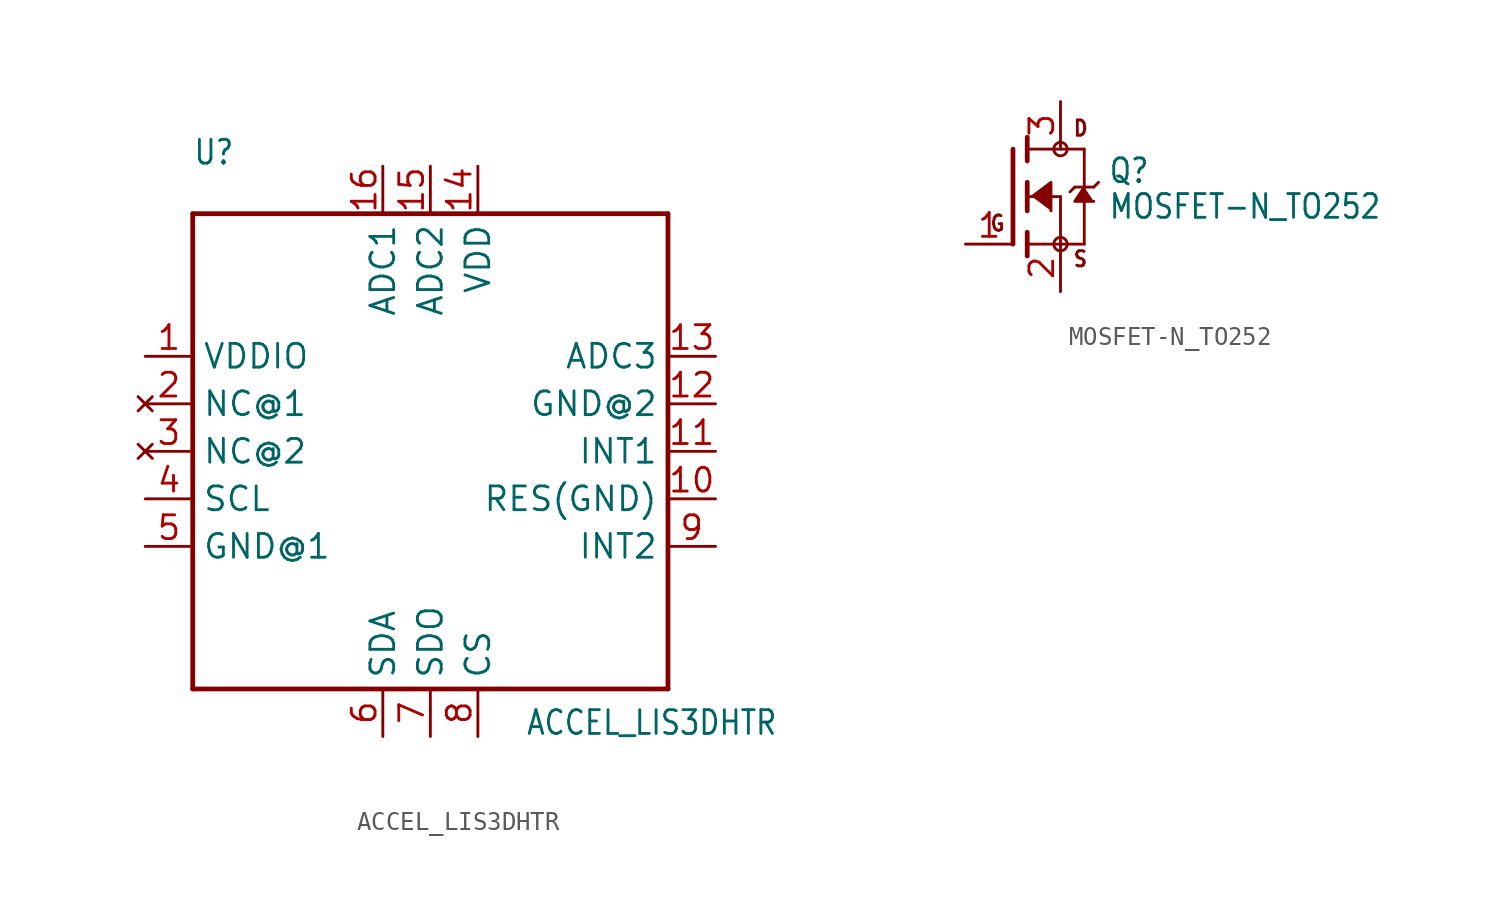
<source format=kicad_sym>
(kicad_symbol_lib
  (version 20211014)
  (generator kicad_symbol_editor)
  (symbol "ACCEL_LIS3DHTR"
    (property "Reference" "U"
      (at -12.7 15.24 0)
      (effects (font (size 1.27 1.079)) (justify left bottom)))
    (property "Value" "ACCEL_LIS3DHTR"
      (at 5.08 -15.24 0)
      (effects (font (size 1.27 1.079)) (justify left bottom)))
    (property "ki_locked" ""
      (at 0 0 0)
      (effects (font (size 1.27 1.27))))
    (symbol "ACCEL_LIS3DHTR_1_0"
      (polyline (pts (xy -12.7 -12.7) (xy -12.7 12.7)) (stroke (width 0.254) (type default) (color 0 0 0 0)) (fill (type none)))
      (polyline (pts (xy -12.7 12.7) (xy 12.7 12.7)) (stroke (width 0.254) (type default) (color 0 0 0 0)) (fill (type none)))
      (polyline (pts (xy 12.7 -12.7) (xy -12.7 -12.7)) (stroke (width 0.254) (type default) (color 0 0 0 0)) (fill (type none)))
      (polyline (pts (xy 12.7 12.7) (xy 12.7 -12.7)) (stroke (width 0.254) (type default) (color 0 0 0 0)) (fill (type none)))
      (pin power_in line (at -15.24 5.08 0) (length 2.54) (name "VDDIO" (effects (font (size 1.27 1.27)))) (number "1" (effects (font (size 1.27 1.27)))))
      (pin bidirectional line (at 15.24 -2.54 180) (length 2.54) (name "RES(GND)" (effects (font (size 1.27 1.27)))) (number "10" (effects (font (size 1.27 1.27)))))
      (pin output line (at 15.24 0 180) (length 2.54) (name "INT1" (effects (font (size 1.27 1.27)))) (number "11" (effects (font (size 1.27 1.27)))))
      (pin power_in line (at 15.24 2.54 180) (length 2.54) (name "GND@2" (effects (font (size 1.27 1.27)))) (number "12" (effects (font (size 1.27 1.27)))))
      (pin input line (at 15.24 5.08 180) (length 2.54) (name "ADC3" (effects (font (size 1.27 1.27)))) (number "13" (effects (font (size 1.27 1.27)))))
      (pin power_in line (at 2.54 15.24 270) (length 2.54) (name "VDD" (effects (font (size 1.27 1.27)))) (number "14" (effects (font (size 1.27 1.27)))))
      (pin input line (at 0 15.24 270) (length 2.54) (name "ADC2" (effects (font (size 1.27 1.27)))) (number "15" (effects (font (size 1.27 1.27)))))
      (pin input line (at -2.54 15.24 270) (length 2.54) (name "ADC1" (effects (font (size 1.27 1.27)))) (number "16" (effects (font (size 1.27 1.27)))))
      (pin no_connect line (at -15.24 2.54 0) (length 2.54) (name "NC@1" (effects (font (size 1.27 1.27)))) (number "2" (effects (font (size 1.27 1.27)))))
      (pin no_connect line (at -15.24 0 0) (length 2.54) (name "NC@2" (effects (font (size 1.27 1.27)))) (number "3" (effects (font (size 1.27 1.27)))))
      (pin bidirectional line (at -15.24 -2.54 0) (length 2.54) (name "SCL" (effects (font (size 1.27 1.27)))) (number "4" (effects (font (size 1.27 1.27)))))
      (pin power_in line (at -15.24 -5.08 0) (length 2.54) (name "GND@1" (effects (font (size 1.27 1.27)))) (number "5" (effects (font (size 1.27 1.27)))))
      (pin bidirectional line (at -2.54 -15.24 90) (length 2.54) (name "SDA" (effects (font (size 1.27 1.27)))) (number "6" (effects (font (size 1.27 1.27)))))
      (pin bidirectional line (at 0 -15.24 90) (length 2.54) (name "SDO" (effects (font (size 1.27 1.27)))) (number "7" (effects (font (size 1.27 1.27)))))
      (pin input line (at 2.54 -15.24 90) (length 2.54) (name "CS" (effects (font (size 1.27 1.27)))) (number "8" (effects (font (size 1.27 1.27)))))
      (pin output line (at 15.24 -5.08 180) (length 2.54) (name "INT2" (effects (font (size 1.27 1.27)))) (number "9" (effects (font (size 1.27 1.27)))))))
  (symbol "MOSFET-N_TO252"
    (property "Reference" "Q"
      (at 5.08 0.635 0)
      (effects (font (size 1.27 1.079)) (justify left bottom)))
    (property "Value" "MOSFET-N_TO252"
      (at 5.08 -1.27 0)
      (effects (font (size 1.27 1.079)) (justify left bottom)))
    (property "ki_locked" ""
      (at 0 0 0)
      (effects (font (size 1.27 1.27))))
    (symbol "MOSFET-N_TO252_1_0"
      (polyline (pts (xy 0 2.54) (xy 0 -2.54)) (stroke (width 0.254) (type default) (color 0 0 0 0)) (fill (type none)))
      (polyline (pts (xy 0.762 -2.54) (xy 0.762 -3.175)) (stroke (width 0.254) (type default) (color 0 0 0 0)) (fill (type none)))
      (polyline (pts (xy 0.762 -1.905) (xy 0.762 -2.54)) (stroke (width 0.254) (type default) (color 0 0 0 0)) (fill (type none)))
      (polyline (pts (xy 0.762 0) (xy 0.762 -0.762)) (stroke (width 0.254) (type default) (color 0 0 0 0)) (fill (type none)))
      (polyline (pts (xy 0.762 0) (xy 2.54 0)) (stroke (width 0.152) (type default) (color 0 0 0 0)) (fill (type none)))
      (polyline (pts (xy 0.762 0.762) (xy 0.762 0)) (stroke (width 0.254) (type default) (color 0 0 0 0)) (fill (type none)))
      (polyline (pts (xy 0.762 2.54) (xy 0.762 1.905)) (stroke (width 0.254) (type default) (color 0 0 0 0)) (fill (type none)))
      (polyline (pts (xy 0.762 2.54) (xy 3.81 2.54)) (stroke (width 0.152) (type default) (color 0 0 0 0)) (fill (type none)))
      (polyline (pts (xy 0.762 3.175) (xy 0.762 2.54)) (stroke (width 0.254) (type default) (color 0 0 0 0)) (fill (type none)))
      (polyline (pts (xy 2.54 -2.54) (xy 0.762 -2.54)) (stroke (width 0.152) (type default) (color 0 0 0 0)) (fill (type none)))
      (polyline (pts (xy 2.54 -2.54) (xy 3.81 -2.54)) (stroke (width 0.152) (type default) (color 0 0 0 0)) (fill (type none)))
      (polyline (pts (xy 2.54 0) (xy 2.54 -2.54)) (stroke (width 0.152) (type default) (color 0 0 0 0)) (fill (type none)))
      (polyline (pts (xy 3.302 0.508) (xy 3.048 0.254)) (stroke (width 0.152) (type default) (color 0 0 0 0)) (fill (type none)))
      (polyline (pts (xy 3.81 0.508) (xy 3.302 0.508)) (stroke (width 0.152) (type default) (color 0 0 0 0)) (fill (type none)))
      (polyline (pts (xy 3.81 0.508) (xy 3.81 -2.54)) (stroke (width 0.152) (type default) (color 0 0 0 0)) (fill (type none)))
      (polyline (pts (xy 3.81 2.54) (xy 3.81 0.508)) (stroke (width 0.152) (type default) (color 0 0 0 0)) (fill (type none)))
      (polyline (pts (xy 4.318 0.508) (xy 3.81 0.508)) (stroke (width 0.152) (type default) (color 0 0 0 0)) (fill (type none)))
      (polyline (pts (xy 4.572 0.762) (xy 4.318 0.508)) (stroke (width 0.152) (type default) (color 0 0 0 0)) (fill (type none)))
      (polyline (pts (xy 1.016 0) (xy 2.032 0.762) (xy 2.032 -0.762)) (stroke (width 0) (type default) (color 0 0 0 0)) (fill (type outline)))
      (polyline (pts (xy 3.81 0.508) (xy 3.302 -0.254) (xy 4.318 -0.254)) (stroke (width 0) (type default) (color 0 0 0 0)) (fill (type outline)))
      (circle (center 2.54 -2.54) (radius 0.359) (stroke (width 0) (type default) (color 0 0 0 0)) (fill (type none)))
      (circle (center 2.54 2.54) (radius 0.359) (stroke (width 0) (type default) (color 0 0 0 0)) (fill (type none)))
      (text "D" (at 3.175 3.175 0) (effects (font (size 0.813 0.691)) (justify left bottom)))
      (text "G" (at -1.27 -1.905 0) (effects (font (size 0.813 0.691)) (justify left bottom)))
      (text "S" (at 3.175 -3.81 0) (effects (font (size 0.813 0.691)) (justify left bottom)))
      (pin bidirectional line (at -2.54 -2.54 0) (length 2.54) (name "G" (effects (font (size 0 0)))) (number "1" (effects (font (size 1.27 1.27)))))
      (pin bidirectional line (at 2.54 -5.08 90) (length 2.54) (name "S" (effects (font (size 0 0)))) (number "2" (effects (font (size 1.27 1.27)))))
      (pin bidirectional line (at 2.54 5.08 270) (length 2.54) (name "D" (effects (font (size 0 0)))) (number "3" (effects (font (size 1.27 1.27))))))))
</source>
